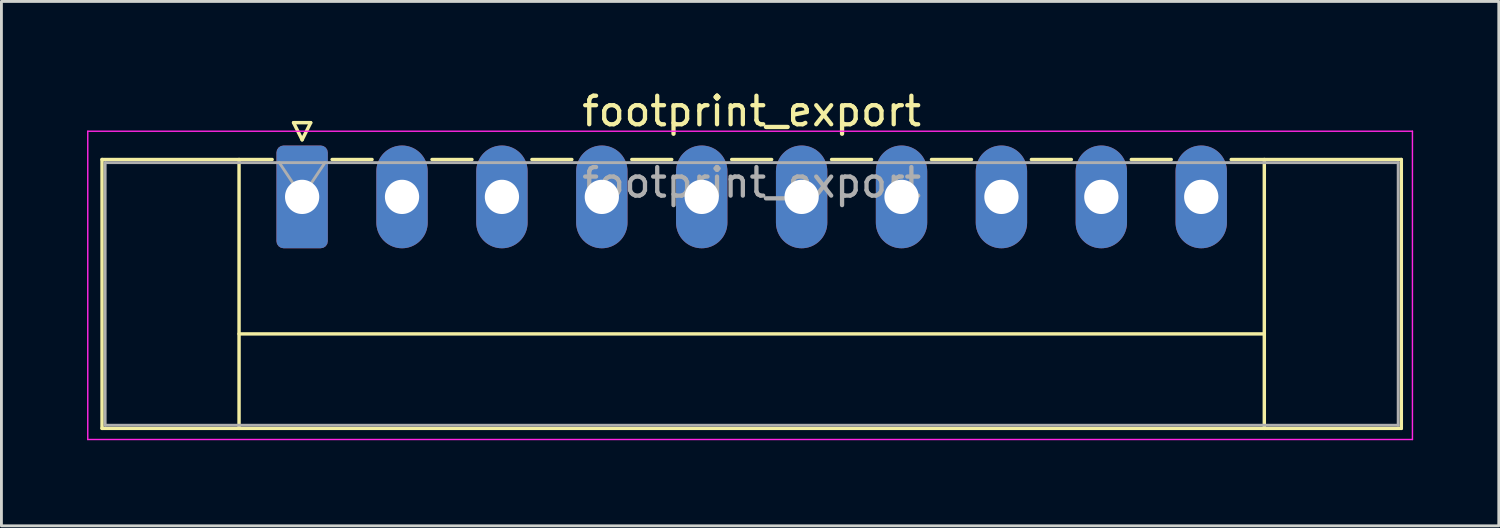
<source format=kicad_pcb>
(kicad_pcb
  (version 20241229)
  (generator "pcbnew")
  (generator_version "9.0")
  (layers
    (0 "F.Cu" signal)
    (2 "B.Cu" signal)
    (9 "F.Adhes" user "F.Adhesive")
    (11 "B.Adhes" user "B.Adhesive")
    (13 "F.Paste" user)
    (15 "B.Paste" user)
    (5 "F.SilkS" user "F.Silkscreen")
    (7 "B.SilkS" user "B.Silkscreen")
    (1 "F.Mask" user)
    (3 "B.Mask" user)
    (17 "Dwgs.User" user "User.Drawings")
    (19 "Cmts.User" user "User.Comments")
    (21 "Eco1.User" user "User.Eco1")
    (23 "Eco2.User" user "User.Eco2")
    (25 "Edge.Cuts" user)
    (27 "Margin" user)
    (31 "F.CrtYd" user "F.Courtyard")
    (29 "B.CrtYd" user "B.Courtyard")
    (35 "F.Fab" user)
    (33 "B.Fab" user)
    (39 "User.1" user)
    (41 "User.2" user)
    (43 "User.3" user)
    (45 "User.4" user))
  (footprint "footprint_export"
    (layer "F.Cu")
    (at 7.535 3.848)
    (property "Reference" "footprint_export" (at 15.75 -3 0) (layer "F.SilkS") (effects (font (size 1 1) (thickness 0.15))))
    (attr through_hole)
    (fp_line (start -7.01 -1.31) (end -7.01 8.11) (stroke (width 0.12) (type solid)) (layer "F.SilkS"))
    (fp_line (start -7.01 -1.31) (end -1.05 -1.31) (stroke (width 0.12) (type solid)) (layer "F.SilkS"))
    (fp_line (start -7.01 8.11) (end 38.51 8.11) (stroke (width 0.12) (type solid)) (layer "F.SilkS"))
    (fp_line (start -2.21 -1.31) (end -2.21 8.11) (stroke (width 0.12) (type solid)) (layer "F.SilkS"))
    (fp_line (start -2.21 4.8) (end 33.71 4.8) (stroke (width 0.12) (type solid)) (layer "F.SilkS"))
    (fp_line (start -0.3 -2.6) (end 0.3 -2.6) (stroke (width 0.12) (type solid)) (layer "F.SilkS"))
    (fp_line (start 0 -2) (end -0.3 -2.6) (stroke (width 0.12) (type solid)) (layer "F.SilkS"))
    (fp_line (start 0.3 -2.6) (end 0 -2) (stroke (width 0.12) (type solid)) (layer "F.SilkS"))
    (fp_line (start 1.05 -1.31) (end 2.45 -1.31) (stroke (width 0.12) (type solid)) (layer "F.SilkS"))
    (fp_line (start 4.55 -1.31) (end 5.95 -1.31) (stroke (width 0.12) (type solid)) (layer "F.SilkS"))
    (fp_line (start 8.05 -1.31) (end 9.45 -1.31) (stroke (width 0.12) (type solid)) (layer "F.SilkS"))
    (fp_line (start 11.55 -1.31) (end 12.95 -1.31) (stroke (width 0.12) (type solid)) (layer "F.SilkS"))
    (fp_line (start 15.05 -1.31) (end 16.45 -1.31) (stroke (width 0.12) (type solid)) (layer "F.SilkS"))
    (fp_line (start 18.55 -1.31) (end 19.95 -1.31) (stroke (width 0.12) (type solid)) (layer "F.SilkS"))
    (fp_line (start 22.05 -1.31) (end 23.45 -1.31) (stroke (width 0.12) (type solid)) (layer "F.SilkS"))
    (fp_line (start 25.55 -1.31) (end 26.95 -1.31) (stroke (width 0.12) (type solid)) (layer "F.SilkS"))
    (fp_line (start 29.05 -1.31) (end 30.45 -1.31) (stroke (width 0.12) (type solid)) (layer "F.SilkS"))
    (fp_line (start 33.71 -1.31) (end 33.71 8.11) (stroke (width 0.12) (type solid)) (layer "F.SilkS"))
    (fp_line (start 38.51 -1.31) (end 32.55 -1.31) (stroke (width 0.12) (type solid)) (layer "F.SilkS"))
    (fp_line (start 38.51 8.11) (end 38.51 -1.31) (stroke (width 0.12) (type solid)) (layer "F.SilkS"))
    (fp_line (start -7.51 -2.3) (end -7.51 8.5) (stroke (width 0.05) (type solid)) (layer "F.CrtYd"))
    (fp_line (start -7.51 8.5) (end 38.9 8.5) (stroke (width 0.05) (type solid)) (layer "F.CrtYd"))
    (fp_line (start 38.9 -2.3) (end -7.51 -2.3) (stroke (width 0.05) (type solid)) (layer "F.CrtYd"))
    (fp_line (start 38.9 8.5) (end 38.9 -2.3) (stroke (width 0.05) (type solid)) (layer "F.CrtYd"))
    (fp_line (start -6.9 -1.2) (end -6.9 8) (stroke (width 0.1) (type solid)) (layer "F.Fab"))
    (fp_line (start -6.9 8) (end 38.4 8) (stroke (width 0.1) (type solid)) (layer "F.Fab"))
    (fp_line (start 0 0) (end -0.8 -1.2) (stroke (width 0.1) (type solid)) (layer "F.Fab"))
    (fp_line (start 0.8 -1.2) (end 0 0) (stroke (width 0.1) (type solid)) (layer "F.Fab"))
    (fp_line (start 38.4 -1.2) (end -6.9 -1.2) (stroke (width 0.1) (type solid)) (layer "F.Fab"))
    (fp_line (start 38.4 8) (end 38.4 -1.2) (stroke (width 0.1) (type solid)) (layer "F.Fab"))
    (fp_text user "${REFERENCE}" (at 15.75 -0.5 0) (layer "F.Fab") (effects (font (size 1 1) (thickness 0.15))))
    (pad "1" thru_hole roundrect (at 0 0) (size 1.8 3.6) (drill 1.2) (layers "*.Cu" "*.Mask") (roundrect_rratio 0.139))
    (pad "2" thru_hole oval (at 3.5 0) (size 1.8 3.6) (drill 1.2) (layers "*.Cu" "*.Mask"))
    (pad "3" thru_hole oval (at 7 0) (size 1.8 3.6) (drill 1.2) (layers "*.Cu" "*.Mask"))
    (pad "4" thru_hole oval (at 10.5 0) (size 1.8 3.6) (drill 1.2) (layers "*.Cu" "*.Mask"))
    (pad "5" thru_hole oval (at 14 0) (size 1.8 3.6) (drill 1.2) (layers "*.Cu" "*.Mask"))
    (pad "6" thru_hole oval (at 17.5 0) (size 1.8 3.6) (drill 1.2) (layers "*.Cu" "*.Mask"))
    (pad "7" thru_hole oval (at 21 0) (size 1.8 3.6) (drill 1.2) (layers "*.Cu" "*.Mask"))
    (pad "8" thru_hole oval (at 24.5 0) (size 1.8 3.6) (drill 1.2) (layers "*.Cu" "*.Mask"))
    (pad "9" thru_hole oval (at 28 0) (size 1.8 3.6) (drill 1.2) (layers "*.Cu" "*.Mask"))
    (pad "10" thru_hole oval (at 31.5 0) (size 1.8 3.6) (drill 1.2) (layers "*.Cu" "*.Mask")))
  (gr_rect
    (start -3 -3)
    (end 49.46 15.373)
    (stroke (width 0.1) (type default))
    (fill no)
    (layer "Edge.Cuts")))
</source>
